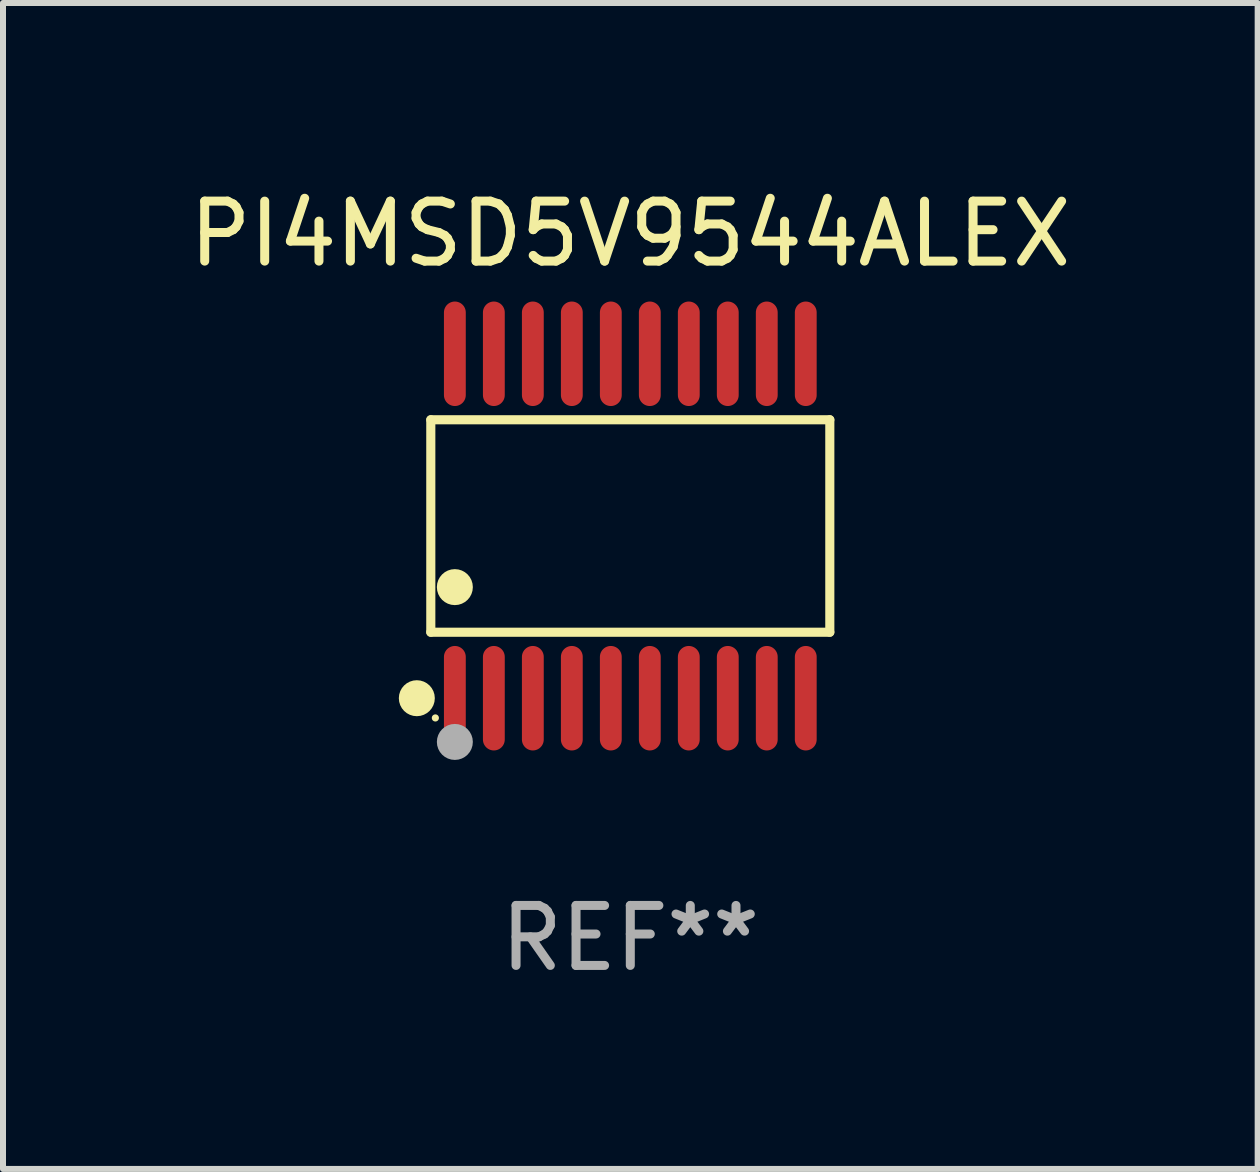
<source format=kicad_pcb>
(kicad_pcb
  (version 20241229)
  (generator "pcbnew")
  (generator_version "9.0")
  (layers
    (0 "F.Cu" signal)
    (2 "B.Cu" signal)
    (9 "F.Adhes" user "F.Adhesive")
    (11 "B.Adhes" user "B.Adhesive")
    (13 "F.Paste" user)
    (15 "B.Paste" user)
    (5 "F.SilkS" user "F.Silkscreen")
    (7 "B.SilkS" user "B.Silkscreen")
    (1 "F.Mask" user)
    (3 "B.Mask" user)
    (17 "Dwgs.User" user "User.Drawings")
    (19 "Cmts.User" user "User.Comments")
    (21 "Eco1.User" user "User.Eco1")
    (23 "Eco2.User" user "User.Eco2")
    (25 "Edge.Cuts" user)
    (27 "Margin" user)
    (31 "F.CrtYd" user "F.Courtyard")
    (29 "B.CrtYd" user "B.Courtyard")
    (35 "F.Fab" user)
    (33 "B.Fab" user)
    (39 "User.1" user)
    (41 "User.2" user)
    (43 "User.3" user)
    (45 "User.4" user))
  (footprint "PI4MSD5V9544ALEX"
    (layer "F.Cu")
    (at 7.458 5.719)
    (property "Reference" "PI4MSD5V9544ALEX" (at 0 -4.871 0) (layer "F.SilkS") (effects (font (size 1 1) (thickness 0.15))))
    (attr through_hole)
    (fp_line (start -3.326 -1.771) (end 3.326 -1.771) (stroke (width 0.152) (type solid)) (layer "F.SilkS"))
    (fp_line (start -3.326 1.771) (end -3.326 -1.771) (stroke (width 0.152) (type solid)) (layer "F.SilkS"))
    (fp_line (start 3.326 -1.771) (end 3.326 1.771) (stroke (width 0.152) (type solid)) (layer "F.SilkS"))
    (fp_line (start 3.326 1.771) (end -3.326 1.771) (stroke (width 0.152) (type solid)) (layer "F.SilkS"))
    (fp_circle (center -3.559 2.871) (end -3.409 2.871) (stroke (width 0.3) (type solid)) (fill no) (layer "F.SilkS"))
    (fp_circle (center -3.25 3.2) (end -3.22 3.2) (stroke (width 0.06) (type solid)) (fill no) (layer "F.SilkS"))
    (fp_circle (center -2.925 1.019) (end -2.775 1.019) (stroke (width 0.3) (type solid)) (fill no) (layer "F.SilkS"))
    (fp_circle (center -2.925 3.6) (end -2.775 3.6) (stroke (width 0.3) (type solid)) (fill no) (layer "F.Fab"))
    (fp_text user "REF**" (at 0 6.871 0) (layer "F.Fab") (effects (font (size 1 1) (thickness 0.15))))
    (pad "1" smd oval (at -2.925 2.871) (size 0.364 1.742) (layers "F.Cu" "F.Mask" "F.Paste"))
    (pad "2" smd oval (at -2.275 2.871) (size 0.364 1.742) (layers "F.Cu" "F.Mask" "F.Paste"))
    (pad "3" smd oval (at -1.625 2.871) (size 0.364 1.742) (layers "F.Cu" "F.Mask" "F.Paste"))
    (pad "4" smd oval (at -0.975 2.871) (size 0.364 1.742) (layers "F.Cu" "F.Mask" "F.Paste"))
    (pad "5" smd oval (at -0.325 2.871) (size 0.364 1.742) (layers "F.Cu" "F.Mask" "F.Paste"))
    (pad "6" smd oval (at 0.325 2.871) (size 0.364 1.742) (layers "F.Cu" "F.Mask" "F.Paste"))
    (pad "7" smd oval (at 0.975 2.871) (size 0.364 1.742) (layers "F.Cu" "F.Mask" "F.Paste"))
    (pad "8" smd oval (at 1.625 2.871) (size 0.364 1.742) (layers "F.Cu" "F.Mask" "F.Paste"))
    (pad "9" smd oval (at 2.275 2.871) (size 0.364 1.742) (layers "F.Cu" "F.Mask" "F.Paste"))
    (pad "10" smd oval (at 2.925 2.871) (size 0.364 1.742) (layers "F.Cu" "F.Mask" "F.Paste"))
    (pad "11" smd oval (at 2.925 -2.871) (size 0.364 1.742) (layers "F.Cu" "F.Mask" "F.Paste"))
    (pad "12" smd oval (at 2.275 -2.871) (size 0.364 1.742) (layers "F.Cu" "F.Mask" "F.Paste"))
    (pad "13" smd oval (at 1.625 -2.871) (size 0.364 1.742) (layers "F.Cu" "F.Mask" "F.Paste"))
    (pad "14" smd oval (at 0.975 -2.871) (size 0.364 1.742) (layers "F.Cu" "F.Mask" "F.Paste"))
    (pad "15" smd oval (at 0.325 -2.871) (size 0.364 1.742) (layers "F.Cu" "F.Mask" "F.Paste"))
    (pad "16" smd oval (at -0.325 -2.871) (size 0.364 1.742) (layers "F.Cu" "F.Mask" "F.Paste"))
    (pad "17" smd oval (at -0.975 -2.871) (size 0.364 1.742) (layers "F.Cu" "F.Mask" "F.Paste"))
    (pad "18" smd oval (at -1.625 -2.871) (size 0.364 1.742) (layers "F.Cu" "F.Mask" "F.Paste"))
    (pad "19" smd oval (at -2.275 -2.871) (size 0.364 1.742) (layers "F.Cu" "F.Mask" "F.Paste"))
    (pad "20" smd oval (at -2.925 -2.871) (size 0.364 1.742) (layers "F.Cu" "F.Mask" "F.Paste")))
  (gr_rect
    (start -3 -3)
    (end 17.917 16.438)
    (stroke (width 0.1) (type default))
    (fill no)
    (layer "Edge.Cuts")))
</source>
